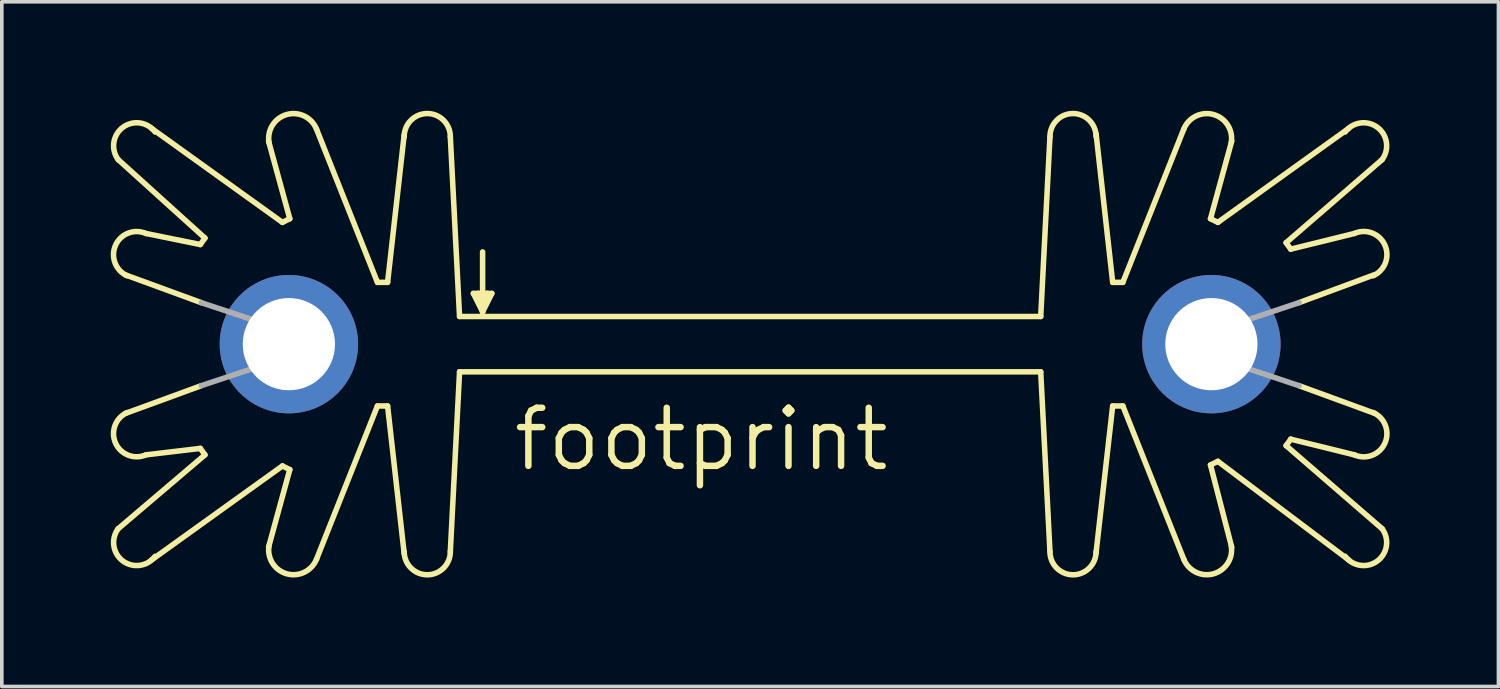
<source format=kicad_pcb>
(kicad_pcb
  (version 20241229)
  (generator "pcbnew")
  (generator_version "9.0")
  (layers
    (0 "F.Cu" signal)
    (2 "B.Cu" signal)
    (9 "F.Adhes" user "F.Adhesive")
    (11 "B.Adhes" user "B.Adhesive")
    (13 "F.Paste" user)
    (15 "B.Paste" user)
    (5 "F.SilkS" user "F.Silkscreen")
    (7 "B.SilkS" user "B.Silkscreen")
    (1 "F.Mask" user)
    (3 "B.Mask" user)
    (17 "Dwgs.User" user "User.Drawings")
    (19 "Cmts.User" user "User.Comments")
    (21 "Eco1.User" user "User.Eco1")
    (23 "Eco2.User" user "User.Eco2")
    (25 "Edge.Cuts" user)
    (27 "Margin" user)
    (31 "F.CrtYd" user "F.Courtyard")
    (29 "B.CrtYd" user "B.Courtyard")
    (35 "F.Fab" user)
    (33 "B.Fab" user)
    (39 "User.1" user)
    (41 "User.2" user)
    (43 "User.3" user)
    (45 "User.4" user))
  (footprint "footprint"
    (layer "F.Cu")
    (at 17.604 5.664)
    (property "Reference" "footprint" (at -6.604 4.318 0) (layer "F.SilkS") (effects (font (size 1.6 1.6) (thickness 0.178)) (justify left bottom)))
    (fp_line (start -15.138 -1.981) (end -16.637 -2.286) (stroke (width 0.152) (type solid)) (layer "F.SilkS"))
    (fp_line (start -15.138 -1.981) (end -15.011 -2.159) (stroke (width 0.152) (type solid)) (layer "F.SilkS"))
    (fp_line (start -15.138 3.632) (end -16.637 3.81) (stroke (width 0.152) (type solid)) (layer "F.SilkS"))
    (fp_line (start -15.138 3.632) (end -15.011 3.81) (stroke (width 0.152) (type solid)) (layer "F.SilkS"))
    (fp_line (start -15.113 -0.381) (end -17.196 -1.143) (stroke (width 0.152) (type solid)) (layer "F.SilkS"))
    (fp_line (start -15.113 1.905) (end -17.196 2.667) (stroke (width 0.152) (type solid)) (layer "F.SilkS"))
    (fp_line (start -15.011 -2.159) (end -17.399 -4.318) (stroke (width 0.152) (type solid)) (layer "F.SilkS"))
    (fp_line (start -15.011 3.81) (end -17.399 5.842) (stroke (width 0.152) (type solid)) (layer "F.SilkS"))
    (fp_line (start -13.259 -4.826) (end -12.675 -2.692) (stroke (width 0.152) (type solid)) (layer "F.SilkS"))
    (fp_line (start -13.259 6.35) (end -12.675 4.216) (stroke (width 0.152) (type solid)) (layer "F.SilkS"))
    (fp_line (start -12.878 -2.591) (end -16.485 -5.182) (stroke (width 0.152) (type solid)) (layer "F.SilkS"))
    (fp_line (start -12.878 4.115) (end -16.485 6.706) (stroke (width 0.152) (type solid)) (layer "F.SilkS"))
    (fp_line (start -12.675 -2.692) (end -12.878 -2.591) (stroke (width 0.152) (type solid)) (layer "F.SilkS"))
    (fp_line (start -12.675 4.216) (end -12.878 4.115) (stroke (width 0.152) (type solid)) (layer "F.SilkS"))
    (fp_line (start -10.262 -0.94) (end -11.938 -5.156) (stroke (width 0.152) (type solid)) (layer "F.SilkS"))
    (fp_line (start -10.262 2.464) (end -11.938 6.68) (stroke (width 0.152) (type solid)) (layer "F.SilkS"))
    (fp_line (start -9.982 -0.94) (end -10.262 -0.94) (stroke (width 0.152) (type solid)) (layer "F.SilkS"))
    (fp_line (start -9.982 -0.94) (end -9.525 -5.004) (stroke (width 0.152) (type solid)) (layer "F.SilkS"))
    (fp_line (start -9.982 2.464) (end -10.262 2.464) (stroke (width 0.152) (type solid)) (layer "F.SilkS"))
    (fp_line (start -9.982 2.464) (end -9.525 6.528) (stroke (width 0.152) (type solid)) (layer "F.SilkS"))
    (fp_line (start -8.255 -4.953) (end -8.001 0) (stroke (width 0.152) (type solid)) (layer "F.SilkS"))
    (fp_line (start -8.255 6.477) (end -8.001 1.524) (stroke (width 0.152) (type solid)) (layer "F.SilkS"))
    (fp_line (start -8.001 0) (end 8.001 0) (stroke (width 0.152) (type solid)) (layer "F.SilkS"))
    (fp_line (start -8.001 1.524) (end 8.001 1.524) (stroke (width 0.152) (type solid)) (layer "F.SilkS"))
    (fp_line (start -7.62 -0.635) (end -7.493 -0.635) (stroke (width 0.152) (type solid)) (layer "F.SilkS"))
    (fp_line (start -7.493 -0.635) (end -7.366 -0.254) (stroke (width 0.152) (type solid)) (layer "F.SilkS"))
    (fp_line (start -7.493 -0.635) (end -7.239 -0.635) (stroke (width 0.152) (type solid)) (layer "F.SilkS"))
    (fp_line (start -7.366 -1.778) (end -7.366 -0.254) (stroke (width 0.152) (type solid)) (layer "F.SilkS"))
    (fp_line (start -7.366 -0.254) (end -7.366 -0.127) (stroke (width 0.152) (type solid)) (layer "F.SilkS"))
    (fp_line (start -7.366 -0.127) (end -7.62 -0.635) (stroke (width 0.152) (type solid)) (layer "F.SilkS"))
    (fp_line (start -7.366 -0.127) (end -7.239 -0.635) (stroke (width 0.152) (type solid)) (layer "F.SilkS"))
    (fp_line (start -7.239 -0.635) (end -7.112 -0.635) (stroke (width 0.152) (type solid)) (layer "F.SilkS"))
    (fp_line (start -7.112 -0.635) (end -7.366 -0.127) (stroke (width 0.152) (type solid)) (layer "F.SilkS"))
    (fp_line (start 8.255 -4.953) (end 8.001 0) (stroke (width 0.152) (type solid)) (layer "F.SilkS"))
    (fp_line (start 8.255 6.477) (end 8.001 1.524) (stroke (width 0.152) (type solid)) (layer "F.SilkS"))
    (fp_line (start 9.982 -0.94) (end 9.525 -5.029) (stroke (width 0.152) (type solid)) (layer "F.SilkS"))
    (fp_line (start 9.982 -0.94) (end 10.262 -0.94) (stroke (width 0.152) (type solid)) (layer "F.SilkS"))
    (fp_line (start 9.982 2.464) (end 9.525 6.502) (stroke (width 0.152) (type solid)) (layer "F.SilkS"))
    (fp_line (start 9.982 2.464) (end 10.262 2.464) (stroke (width 0.152) (type solid)) (layer "F.SilkS"))
    (fp_line (start 10.262 -0.94) (end 11.938 -5.156) (stroke (width 0.152) (type solid)) (layer "F.SilkS"))
    (fp_line (start 10.262 2.464) (end 11.938 6.68) (stroke (width 0.152) (type solid)) (layer "F.SilkS"))
    (fp_line (start 12.675 -2.692) (end 12.878 -2.591) (stroke (width 0.152) (type solid)) (layer "F.SilkS"))
    (fp_line (start 12.675 4.089) (end 12.878 3.988) (stroke (width 0.152) (type solid)) (layer "F.SilkS"))
    (fp_line (start 12.878 -2.591) (end 16.485 -5.182) (stroke (width 0.152) (type solid)) (layer "F.SilkS"))
    (fp_line (start 12.878 3.988) (end 16.485 6.706) (stroke (width 0.152) (type solid)) (layer "F.SilkS"))
    (fp_line (start 13.259 -4.826) (end 12.675 -2.692) (stroke (width 0.152) (type solid)) (layer "F.SilkS"))
    (fp_line (start 13.259 6.35) (end 12.675 4.089) (stroke (width 0.152) (type solid)) (layer "F.SilkS"))
    (fp_line (start 14.757 -2.032) (end 17.399 -4.318) (stroke (width 0.152) (type solid)) (layer "F.SilkS"))
    (fp_line (start 14.757 3.556) (end 17.399 5.842) (stroke (width 0.152) (type solid)) (layer "F.SilkS"))
    (fp_line (start 14.884 -1.854) (end 14.757 -2.032) (stroke (width 0.152) (type solid)) (layer "F.SilkS"))
    (fp_line (start 14.884 -1.854) (end 16.637 -2.286) (stroke (width 0.152) (type solid)) (layer "F.SilkS"))
    (fp_line (start 14.884 3.378) (end 14.757 3.556) (stroke (width 0.152) (type solid)) (layer "F.SilkS"))
    (fp_line (start 14.884 3.378) (end 16.637 3.81) (stroke (width 0.152) (type solid)) (layer "F.SilkS"))
    (fp_line (start 15.113 -0.381) (end 17.17 -1.143) (stroke (width 0.152) (type solid)) (layer "F.SilkS"))
    (fp_line (start 15.113 1.905) (end 17.196 2.667) (stroke (width 0.152) (type solid)) (layer "F.SilkS"))
    (fp_arc (start -17.399 -4.318) (mid -17.272 -5.207) (end -16.383 -5.08) (stroke (width 0.1524) (type solid)) (layer "F.SilkS"))
    (fp_arc (start -17.1546 -1.1219) (mid -17.472969 -1.960453) (end -16.637098 -2.285799) (stroke (width 0.1524) (type solid)) (layer "F.SilkS"))
    (fp_arc (start -16.637098 3.809799) (mid -17.472969 3.484453) (end -17.1546 2.6459) (stroke (width 0.1524) (type solid)) (layer "F.SilkS"))
    (fp_arc (start -16.383 6.604) (mid -17.272 6.731) (end -17.399 5.842) (stroke (width 0.1524) (type solid)) (layer "F.SilkS"))
    (fp_arc (start -13.2476 -4.7898) (mid -12.757219 -5.561011) (end -11.9378 -5.1563) (stroke (width 0.1524) (type solid)) (layer "F.SilkS"))
    (fp_arc (start -11.9378 6.6803) (mid -12.757219 7.08501) (end -13.2476 6.3138) (stroke (width 0.1524) (type solid)) (layer "F.SilkS"))
    (fp_arc (start -9.525 -4.953) (mid -8.89 -5.588) (end -8.255 -4.953) (stroke (width 0.1524) (type solid)) (layer "F.SilkS"))
    (fp_arc (start -8.255 6.477) (mid -8.89 7.112) (end -9.525 6.477) (stroke (width 0.1524) (type solid)) (layer "F.SilkS"))
    (fp_arc (start 8.255 -4.953) (mid 8.89 -5.588) (end 9.525 -4.953) (stroke (width 0.1524) (type solid)) (layer "F.SilkS"))
    (fp_arc (start 9.525 6.477) (mid 8.89 7.112) (end 8.255 6.477) (stroke (width 0.1524) (type solid)) (layer "F.SilkS"))
    (fp_arc (start 11.938 -5.1562) (mid 12.757182 -5.560805) (end 13.247399 -4.789798) (stroke (width 0.1524) (type solid)) (layer "F.SilkS"))
    (fp_arc (start 13.247399 6.313798) (mid 12.757182 7.084805) (end 11.938 6.6802) (stroke (width 0.1524) (type solid)) (layer "F.SilkS"))
    (fp_arc (start 16.383 -5.08) (mid 17.272 -5.207) (end 17.399 -4.318) (stroke (width 0.1524) (type solid)) (layer "F.SilkS"))
    (fp_arc (start 16.637 -2.286) (mid 17.47317 -1.960551) (end 17.154698 -1.121699) (stroke (width 0.1524) (type solid)) (layer "F.SilkS"))
    (fp_arc (start 17.154698 2.645699) (mid 17.47317 3.484551) (end 16.637 3.81) (stroke (width 0.1524) (type solid)) (layer "F.SilkS"))
    (fp_arc (start 17.399 5.842) (mid 17.272 6.731) (end 16.383 6.604) (stroke (width 0.1524) (type solid)) (layer "F.SilkS"))
    (fp_line (start -13.589 0.127) (end -15.113 -0.381) (stroke (width 0.152) (type solid)) (layer "F.Fab"))
    (fp_line (start -13.589 1.397) (end -15.113 1.905) (stroke (width 0.152) (type solid)) (layer "F.Fab"))
    (fp_line (start 13.589 0.127) (end 15.113 -0.381) (stroke (width 0.152) (type solid)) (layer "F.Fab"))
    (fp_line (start 13.589 1.397) (end 15.113 1.905) (stroke (width 0.152) (type solid)) (layer "F.Fab"))
    (fp_arc (start -13.589 0.127) (mid -11.607505 0.762) (end -13.589 1.397) (stroke (width 0.1524) (type solid)) (layer "F.Fab"))
    (fp_arc (start 13.608899 1.367901) (mid 11.607721 0.779382) (end 13.589 0.127) (stroke (width 0.1524) (type solid)) (layer "F.Fab"))
    (pad "K1" thru_hole circle (at -12.7 0.762) (size 3.81 3.81) (drill 2.54) (layers "*.Cu" "*.Mask"))
    (pad "K2" thru_hole circle (at 12.7 0.762) (size 3.81 3.81) (drill 2.54) (layers "*.Cu" "*.Mask")))
  (gr_rect
    (start -3 -3)
    (end 38.208 15.852)
    (stroke (width 0.1) (type default))
    (fill no)
    (layer "Edge.Cuts")))
</source>
